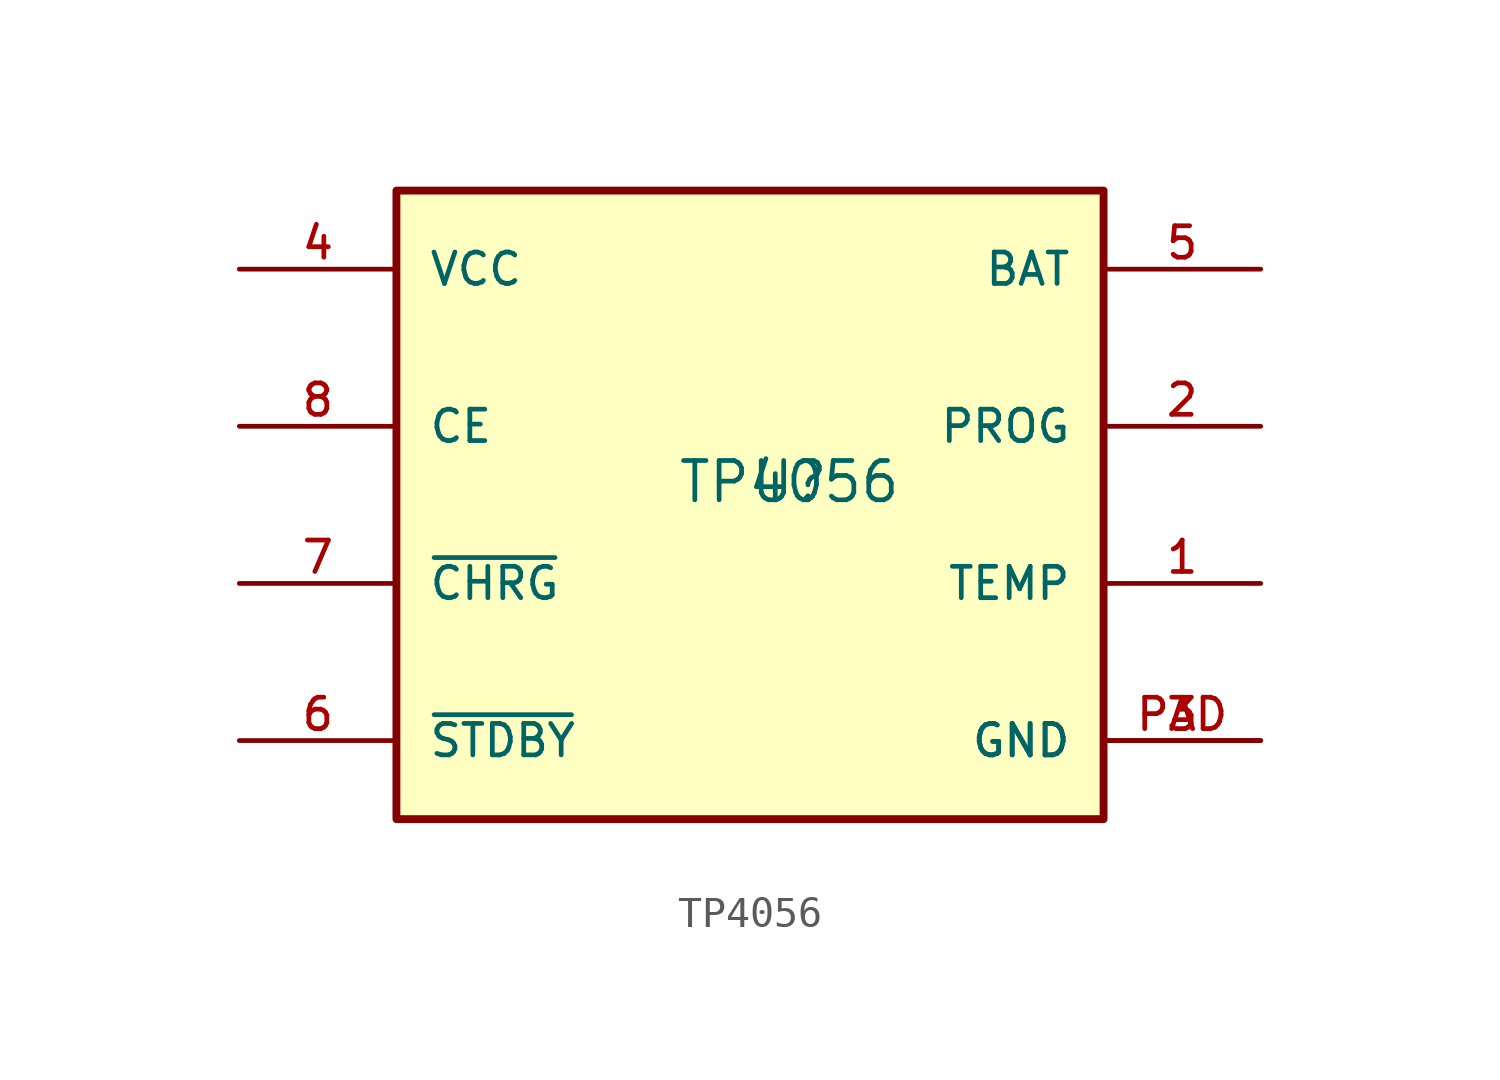
<source format=kicad_sym>
(kicad_symbol_lib
  (version 20211014)
  (generator kicad_symbol_editor)
  (symbol "TP4056"
    (pin_names
      (offset 1.016))
    (property "Reference" "U"
      (at 0 0 0)
      (effects (font (size 1.27 1.27)) (justify bottom)))
    (property "Value" "TP4056"
      (at 0 0.0 0)
      (effects (font (size 1.27 1.27)) (justify bottom)))
    (symbol "TP4056_0_0"
      (rectangle (start -12.7 -10.16) (end 10.16 10.16) (stroke (width 0.254)) (fill (type background)))
      (pin bidirectional line (at -17.78 7.62 0) (length 5.08) (name "VCC" (effects (font (size 1.016 1.016)))) (number "4" (effects (font (size 1.016 1.016)))))
      (pin bidirectional line (at -17.78 2.54 0) (length 5.08) (name "CE" (effects (font (size 1.016 1.016)))) (number "8" (effects (font (size 1.016 1.016)))))
      (pin bidirectional line (at -17.78 -2.54 0) (length 5.08) (name "~{CHRG}" (effects (font (size 1.016 1.016)))) (number "7" (effects (font (size 1.016 1.016)))))
      (pin bidirectional line (at -17.78 -7.62 0) (length 5.08) (name "~{STDBY}" (effects (font (size 1.016 1.016)))) (number "6" (effects (font (size 1.016 1.016)))))
      (pin bidirectional line (at 15.24 7.62 180.0) (length 5.08) (name "BAT" (effects (font (size 1.016 1.016)))) (number "5" (effects (font (size 1.016 1.016)))))
      (pin bidirectional line (at 15.24 -2.54 180.0) (length 5.08) (name "TEMP" (effects (font (size 1.016 1.016)))) (number "1" (effects (font (size 1.016 1.016)))))
      (pin bidirectional line (at 15.24 2.54 180.0) (length 5.08) (name "PROG" (effects (font (size 1.016 1.016)))) (number "2" (effects (font (size 1.016 1.016)))))
      (pin bidirectional line (at 15.24 -7.62 180.0) (length 5.08) (name "GND" (effects (font (size 1.016 1.016)))) (number "3" (effects (font (size 1.016 1.016)))))
      (pin bidirectional line (at 15.24 -7.62 180.0) (length 5.08) (name "GND" (effects (font (size 1.016 1.016)))) (number "PAD" (effects (font (size 1.016 1.016))))))))
</source>
